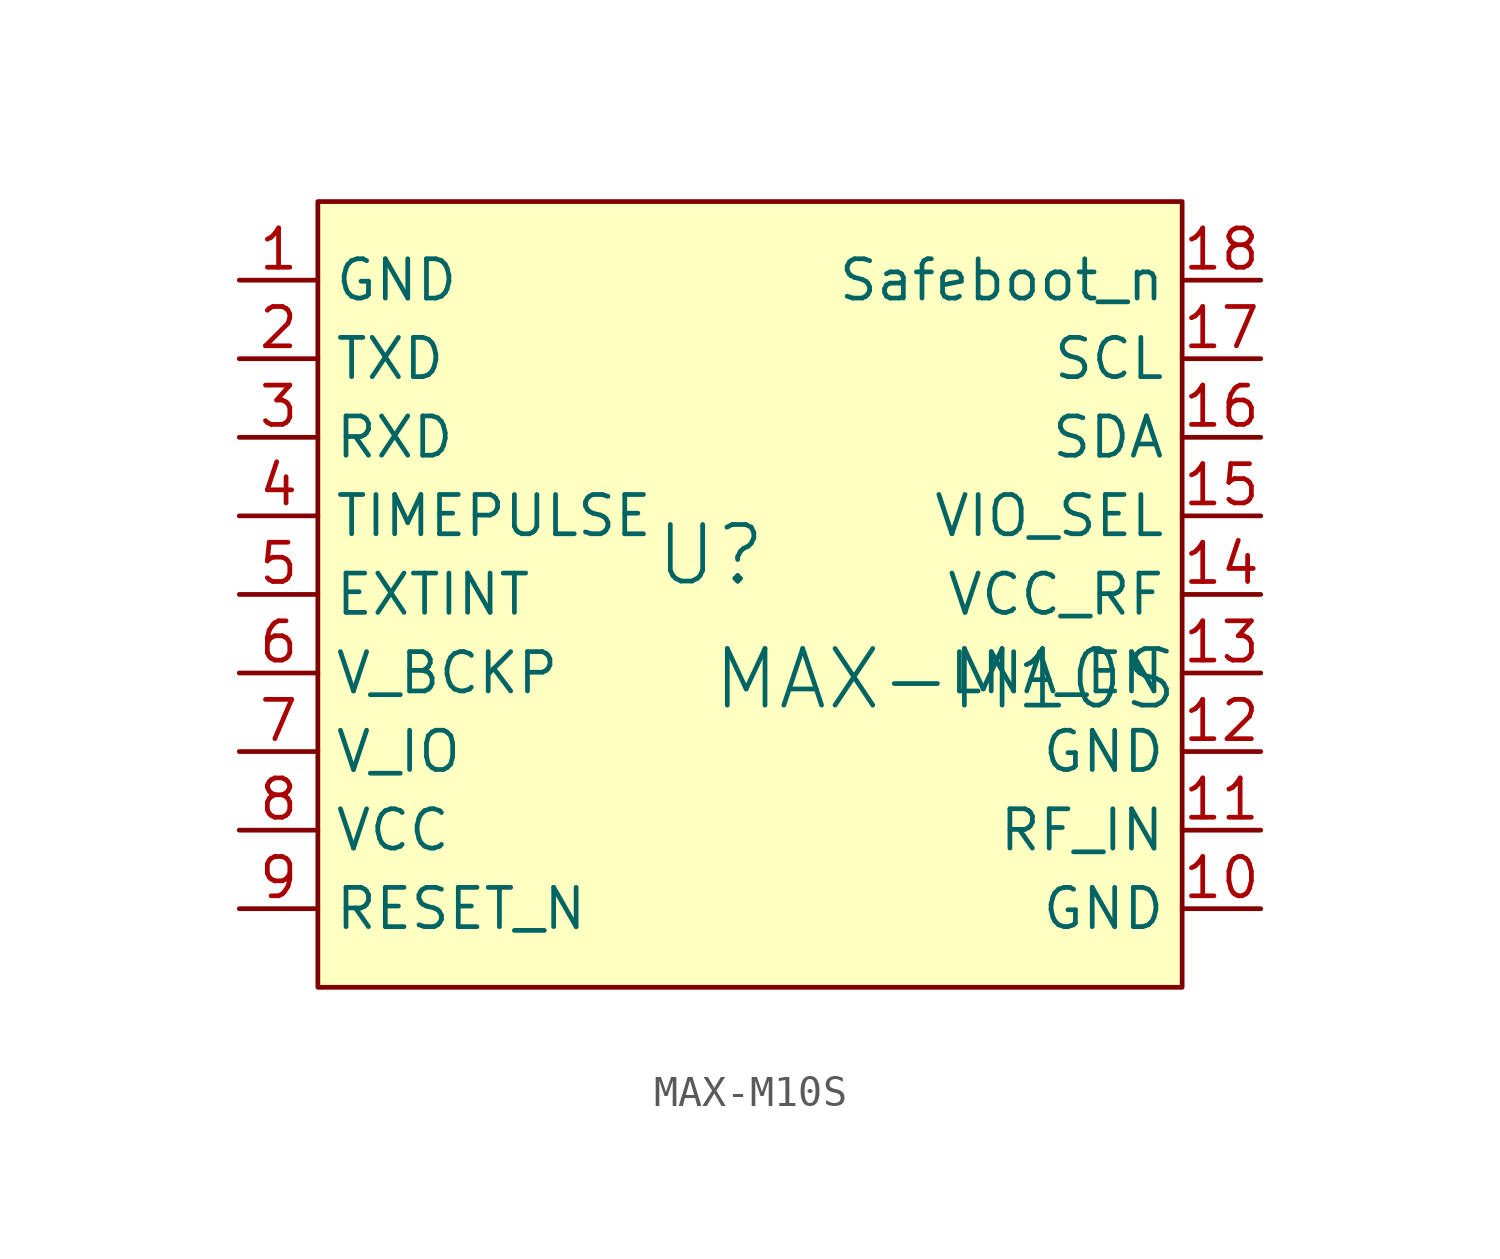
<source format=kicad_sym>
(kicad_symbol_lib
  (version 20241209)
  (generator "kicad_symbol_editor")
  (generator_version "9.0")
  (symbol "MAX-M10S"
    (property "Reference" "U"
      (at -1.27 1.27 0)
      (effects (font (size 1.829 1.829))))
    (property "Value" "MAX-M10S"
      (at -1.27 -3.81 0)
      (effects (font (size 1.829 1.829)) (justify left bottom)))
    (symbol "MAX-M10S_1_0"
      (rectangle (start 13.97 12.7) (end -13.97 -12.7) (stroke (width 0) (type solid) (color 128 0 0 1)) (fill (type background)))
      (pin passive line (at -16.51 10.16 0) (length 2.54) (name "GND" (effects (font (size 1.27 1.27)))) (number "1" (effects (font (size 1.27 1.27)))))
      (pin passive line (at -16.51 7.62 0) (length 2.54) (name "TXD" (effects (font (size 1.27 1.27)))) (number "2" (effects (font (size 1.27 1.27)))))
      (pin passive line (at -16.51 5.08 0) (length 2.54) (name "RXD" (effects (font (size 1.27 1.27)))) (number "3" (effects (font (size 1.27 1.27)))))
      (pin passive line (at -16.51 2.54 0) (length 2.54) (name "TIMEPULSE" (effects (font (size 1.27 1.27)))) (number "4" (effects (font (size 1.27 1.27)))))
      (pin passive line (at -16.51 0 0) (length 2.54) (name "EXTINT" (effects (font (size 1.27 1.27)))) (number "5" (effects (font (size 1.27 1.27)))))
      (pin passive line (at -16.51 -2.54 0) (length 2.54) (name "V_BCKP" (effects (font (size 1.27 1.27)))) (number "6" (effects (font (size 1.27 1.27)))))
      (pin passive line (at -16.51 -5.08 0) (length 2.54) (name "V_IO" (effects (font (size 1.27 1.27)))) (number "7" (effects (font (size 1.27 1.27)))))
      (pin passive line (at -16.51 -7.62 0) (length 2.54) (name "VCC" (effects (font (size 1.27 1.27)))) (number "8" (effects (font (size 1.27 1.27)))))
      (pin passive line (at -16.51 -10.16 0) (length 2.54) (name "RESET_N" (effects (font (size 1.27 1.27)))) (number "9" (effects (font (size 1.27 1.27)))))
      (pin passive line (at 16.51 10.16 180) (length 2.54) (name "Safeboot_n" (effects (font (size 1.27 1.27)))) (number "18" (effects (font (size 1.27 1.27)))))
      (pin passive line (at 16.51 7.62 180) (length 2.54) (name "SCL" (effects (font (size 1.27 1.27)))) (number "17" (effects (font (size 1.27 1.27)))))
      (pin passive line (at 16.51 5.08 180) (length 2.54) (name "SDA" (effects (font (size 1.27 1.27)))) (number "16" (effects (font (size 1.27 1.27)))))
      (pin passive line (at 16.51 2.54 180) (length 2.54) (name "VIO_SEL" (effects (font (size 1.27 1.27)))) (number "15" (effects (font (size 1.27 1.27)))))
      (pin passive line (at 16.51 0 180) (length 2.54) (name "VCC_RF" (effects (font (size 1.27 1.27)))) (number "14" (effects (font (size 1.27 1.27)))))
      (pin passive line (at 16.51 -2.54 180) (length 2.54) (name "LNA_EN" (effects (font (size 1.27 1.27)))) (number "13" (effects (font (size 1.27 1.27)))))
      (pin passive line (at 16.51 -5.08 180) (length 2.54) (name "GND" (effects (font (size 1.27 1.27)))) (number "12" (effects (font (size 1.27 1.27)))))
      (pin passive line (at 16.51 -7.62 180) (length 2.54) (name "RF_IN" (effects (font (size 1.27 1.27)))) (number "11" (effects (font (size 1.27 1.27)))))
      (pin passive line (at 16.51 -10.16 180) (length 2.54) (name "GND" (effects (font (size 1.27 1.27)))) (number "10" (effects (font (size 1.27 1.27))))))))
</source>
